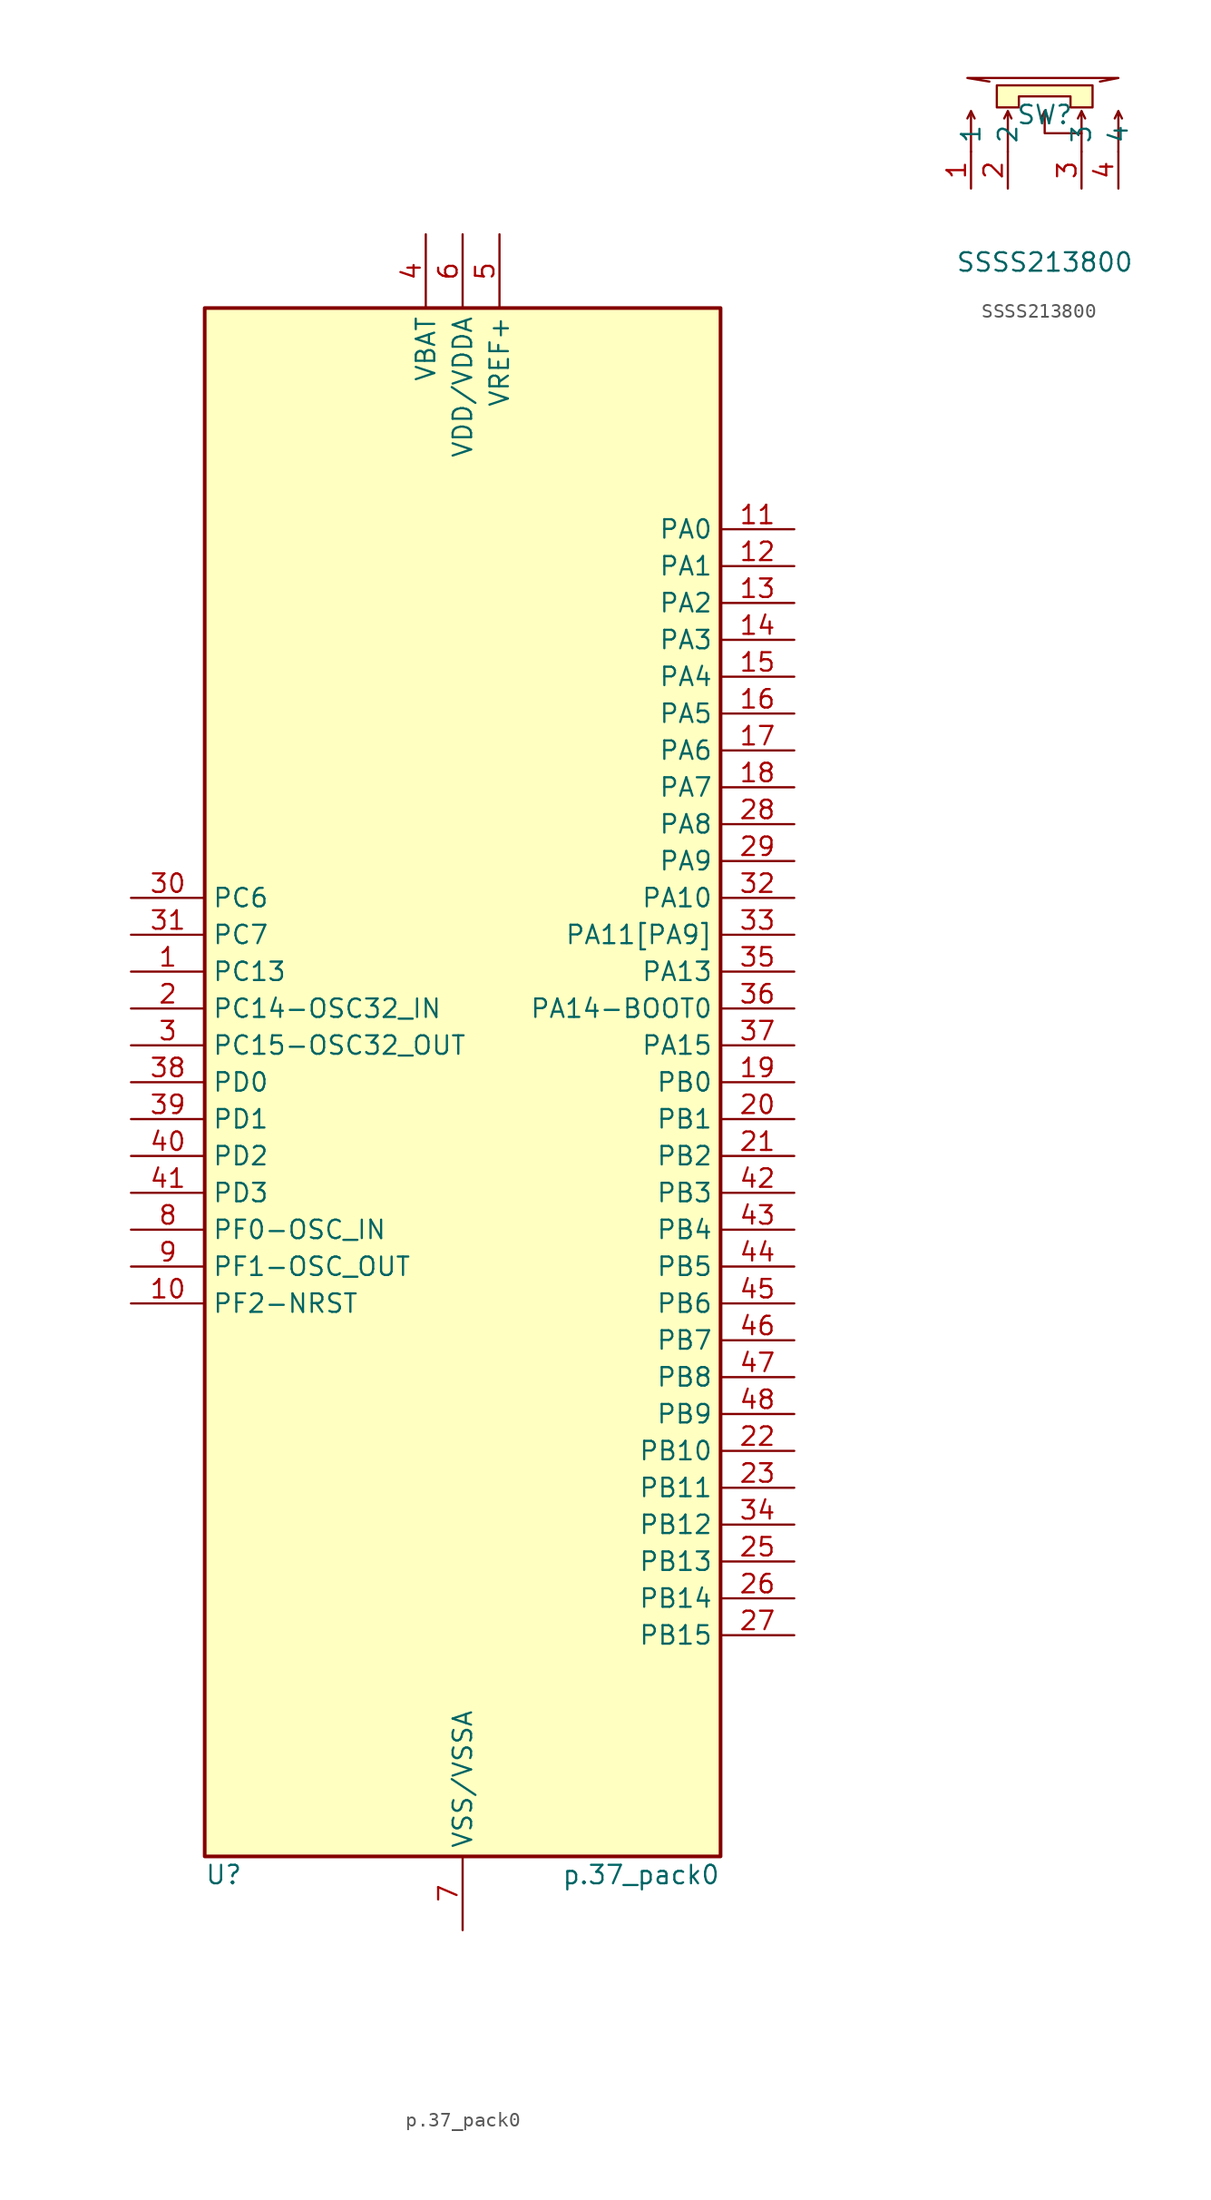
<source format=kicad_sym>
(kicad_symbol_lib
  (version 20231120)
  (generator "kicad_symbol_editor")
  (generator_version "8.0")
  (symbol "p.37_pack0"
    (property "Reference" "U"
      (at -17.78 -54.61 0)
      (effects (font (size 1.27 1.27)) (justify left)))
    (property "Value" "p.37_pack0"
      (at 17.78 -54.61 0)
      (effects (font (size 1.27 1.27)) (justify right)))
    (symbol "p.37_pack0_0_0"
      (rectangle (start -17.78 53.34) (end 17.78 -53.34) (stroke (width 0.254) (type default)) (fill (type background))))
    (symbol "p.37_pack0_1_1"
      (pin bidirectional line (at -22.86 7.62 0) (length 5.08) (name "PC13" (effects (font (size 1.27 1.27)))) (number "1" (effects (font (size 1.27 1.27)))))
      (pin bidirectional line (at -22.86 -15.24 0) (length 5.08) (name "PF2-NRST" (effects (font (size 1.27 1.27)))) (number "10" (effects (font (size 1.27 1.27)))))
      (pin bidirectional line (at 22.86 38.1 180) (length 5.08) (name "PA0" (effects (font (size 1.27 1.27)))) (number "11" (effects (font (size 1.27 1.27)))))
      (pin bidirectional line (at 22.86 35.56 180) (length 5.08) (name "PA1" (effects (font (size 1.27 1.27)))) (number "12" (effects (font (size 1.27 1.27)))))
      (pin bidirectional line (at 22.86 33.02 180) (length 5.08) (name "PA2" (effects (font (size 1.27 1.27)))) (number "13" (effects (font (size 1.27 1.27)))))
      (pin bidirectional line (at 22.86 30.48 180) (length 5.08) (name "PA3" (effects (font (size 1.27 1.27)))) (number "14" (effects (font (size 1.27 1.27)))))
      (pin bidirectional line (at 22.86 27.94 180) (length 5.08) (name "PA4" (effects (font (size 1.27 1.27)))) (number "15" (effects (font (size 1.27 1.27)))))
      (pin bidirectional line (at 22.86 25.4 180) (length 5.08) (name "PA5" (effects (font (size 1.27 1.27)))) (number "16" (effects (font (size 1.27 1.27)))))
      (pin bidirectional line (at 22.86 22.86 180) (length 5.08) (name "PA6" (effects (font (size 1.27 1.27)))) (number "17" (effects (font (size 1.27 1.27)))))
      (pin bidirectional line (at 22.86 20.32 180) (length 5.08) (name "PA7" (effects (font (size 1.27 1.27)))) (number "18" (effects (font (size 1.27 1.27)))))
      (pin bidirectional line (at 22.86 0 180) (length 5.08) (name "PB0" (effects (font (size 1.27 1.27)))) (number "19" (effects (font (size 1.27 1.27)))))
      (pin bidirectional line (at -22.86 5.08 0) (length 5.08) (name "PC14-OSC32_IN" (effects (font (size 1.27 1.27)))) (number "2" (effects (font (size 1.27 1.27)))))
      (pin bidirectional line (at 22.86 -2.54 180) (length 5.08) (name "PB1" (effects (font (size 1.27 1.27)))) (number "20" (effects (font (size 1.27 1.27)))))
      (pin bidirectional line (at 22.86 -5.08 180) (length 5.08) (name "PB2" (effects (font (size 1.27 1.27)))) (number "21" (effects (font (size 1.27 1.27)))))
      (pin bidirectional line (at 22.86 -25.4 180) (length 5.08) (name "PB10" (effects (font (size 1.27 1.27)))) (number "22" (effects (font (size 1.27 1.27)))))
      (pin bidirectional line (at 22.86 -27.94 180) (length 5.08) (name "PB11" (effects (font (size 1.27 1.27)))) (number "23" (effects (font (size 1.27 1.27)))))
      (pin bidirectional line (at 22.86 -33.02 180) (length 5.08) (name "PB13" (effects (font (size 1.27 1.27)))) (number "25" (effects (font (size 1.27 1.27)))))
      (pin bidirectional line (at 22.86 -35.56 180) (length 5.08) (name "PB14" (effects (font (size 1.27 1.27)))) (number "26" (effects (font (size 1.27 1.27)))))
      (pin bidirectional line (at 22.86 -38.1 180) (length 5.08) (name "PB15" (effects (font (size 1.27 1.27)))) (number "27" (effects (font (size 1.27 1.27)))))
      (pin bidirectional line (at 22.86 17.78 180) (length 5.08) (name "PA8" (effects (font (size 1.27 1.27)))) (number "28" (effects (font (size 1.27 1.27)))))
      (pin bidirectional line (at 22.86 15.24 180) (length 5.08) (name "PA9" (effects (font (size 1.27 1.27)))) (number "29" (effects (font (size 1.27 1.27)))))
      (pin bidirectional line (at -22.86 2.54 0) (length 5.08) (name "PC15-OSC32_OUT" (effects (font (size 1.27 1.27)))) (number "3" (effects (font (size 1.27 1.27)))))
      (pin bidirectional line (at -22.86 12.7 0) (length 5.08) (name "PC6" (effects (font (size 1.27 1.27)))) (number "30" (effects (font (size 1.27 1.27)))))
      (pin bidirectional line (at -22.86 10.16 0) (length 5.08) (name "PC7" (effects (font (size 1.27 1.27)))) (number "31" (effects (font (size 1.27 1.27)))))
      (pin bidirectional line (at 22.86 12.7 180) (length 5.08) (name "PA10" (effects (font (size 1.27 1.27)))) (number "32" (effects (font (size 1.27 1.27)))))
      (pin bidirectional line (at 22.86 10.16 180) (length 5.08) (name "PA11[PA9]" (effects (font (size 1.27 1.27)))) (number "33" (effects (font (size 1.27 1.27)))))
      (pin bidirectional line (at 22.86 -30.48 180) (length 5.08) (name "PB12" (effects (font (size 1.27 1.27)))) (number "34" (effects (font (size 1.27 1.27)))))
      (pin bidirectional line (at 22.86 7.62 180) (length 5.08) (name "PA13" (effects (font (size 1.27 1.27)))) (number "35" (effects (font (size 1.27 1.27)))))
      (pin bidirectional line (at 22.86 5.08 180) (length 5.08) (name "PA14-BOOT0" (effects (font (size 1.27 1.27)))) (number "36" (effects (font (size 1.27 1.27)))))
      (pin bidirectional line (at 22.86 2.54 180) (length 5.08) (name "PA15" (effects (font (size 1.27 1.27)))) (number "37" (effects (font (size 1.27 1.27)))))
      (pin bidirectional line (at -22.86 0 0) (length 5.08) (name "PD0" (effects (font (size 1.27 1.27)))) (number "38" (effects (font (size 1.27 1.27)))))
      (pin bidirectional line (at -22.86 -2.54 0) (length 5.08) (name "PD1" (effects (font (size 1.27 1.27)))) (number "39" (effects (font (size 1.27 1.27)))))
      (pin power_in line (at -2.54 58.42 270) (length 5.08) (name "VBAT" (effects (font (size 1.27 1.27)))) (number "4" (effects (font (size 1.27 1.27)))))
      (pin bidirectional line (at -22.86 -5.08 0) (length 5.08) (name "PD2" (effects (font (size 1.27 1.27)))) (number "40" (effects (font (size 1.27 1.27)))))
      (pin bidirectional line (at -22.86 -7.62 0) (length 5.08) (name "PD3" (effects (font (size 1.27 1.27)))) (number "41" (effects (font (size 1.27 1.27)))))
      (pin bidirectional line (at 22.86 -7.62 180) (length 5.08) (name "PB3" (effects (font (size 1.27 1.27)))) (number "42" (effects (font (size 1.27 1.27)))))
      (pin bidirectional line (at 22.86 -10.16 180) (length 5.08) (name "PB4" (effects (font (size 1.27 1.27)))) (number "43" (effects (font (size 1.27 1.27)))))
      (pin bidirectional line (at 22.86 -12.7 180) (length 5.08) (name "PB5" (effects (font (size 1.27 1.27)))) (number "44" (effects (font (size 1.27 1.27)))))
      (pin bidirectional line (at 22.86 -15.24 180) (length 5.08) (name "PB6" (effects (font (size 1.27 1.27)))) (number "45" (effects (font (size 1.27 1.27)))))
      (pin bidirectional line (at 22.86 -17.78 180) (length 5.08) (name "PB7" (effects (font (size 1.27 1.27)))) (number "46" (effects (font (size 1.27 1.27)))))
      (pin bidirectional line (at 22.86 -20.32 180) (length 5.08) (name "PB8" (effects (font (size 1.27 1.27)))) (number "47" (effects (font (size 1.27 1.27)))))
      (pin bidirectional line (at 22.86 -22.86 180) (length 5.08) (name "PB9" (effects (font (size 1.27 1.27)))) (number "48" (effects (font (size 1.27 1.27)))))
      (pin power_in line (at 2.54 58.42 270) (length 5.08) (name "VREF+" (effects (font (size 1.27 1.27)))) (number "5" (effects (font (size 1.27 1.27)))))
      (pin power_in line (at 0 58.42 270) (length 5.08) (name "VDD/VDDA" (effects (font (size 1.27 1.27)))) (number "6" (effects (font (size 1.27 1.27)))))
      (pin power_in line (at 0 -58.42 90) (length 5.08) (name "VSS/VSSA" (effects (font (size 1.27 1.27)))) (number "7" (effects (font (size 1.27 1.27)))))
      (pin bidirectional line (at -22.86 -10.16 0) (length 5.08) (name "PF0-OSC_IN" (effects (font (size 1.27 1.27)))) (number "8" (effects (font (size 1.27 1.27)))))
      (pin bidirectional line (at -22.86 -12.7 0) (length 5.08) (name "PF1-OSC_OUT" (effects (font (size 1.27 1.27)))) (number "9" (effects (font (size 1.27 1.27)))))))
  (symbol "SSSS213800"
    (property "Reference" "SW"
      (at 0 0 0)
      (effects (font (size 1.27 1.27))))
    (property "Value" "SSSS213800"
      (at 0 -10.16 0)
      (effects (font (size 1.27 1.27))))
    (symbol "SSSS213800_0_1"
      (polyline (pts (xy -5.08 -2.54) (xy -5.08 0)) (stroke (width 0) (type default)) (fill (type none)))
      (polyline (pts (xy -5.08 0.25) (xy -5.33 -0.25)) (stroke (width 0) (type default)) (fill (type none)))
      (polyline (pts (xy -5.08 0.25) (xy -4.83 -0.25)) (stroke (width 0) (type default)) (fill (type none)))
      (polyline (pts (xy -2.54 -2.54) (xy -2.54 0)) (stroke (width 0) (type default)) (fill (type none)))
      (polyline (pts (xy -2.54 0.25) (xy -2.79 -0.25)) (stroke (width 0) (type default)) (fill (type none)))
      (polyline (pts (xy -2.54 0.25) (xy -2.29 -0.25)) (stroke (width 0) (type default)) (fill (type none)))
      (polyline (pts (xy 0 0.25) (xy -0.25 -0.25)) (stroke (width 0) (type default)) (fill (type none)))
      (polyline (pts (xy 0 0.25) (xy 0.25 -0.25)) (stroke (width 0) (type default)) (fill (type none)))
      (polyline (pts (xy 2.54 -2.54) (xy 2.54 0)) (stroke (width 0) (type default)) (fill (type none)))
      (polyline (pts (xy 2.54 0.25) (xy 2.29 -0.25)) (stroke (width 0) (type default)) (fill (type none)))
      (polyline (pts (xy 2.54 0.25) (xy 2.79 -0.25)) (stroke (width 0) (type default)) (fill (type none)))
      (polyline (pts (xy 5.08 -2.54) (xy 5.08 0)) (stroke (width 0) (type default)) (fill (type none)))
      (polyline (pts (xy 5.08 0.25) (xy 4.83 -0.25)) (stroke (width 0) (type default)) (fill (type none)))
      (polyline (pts (xy 5.08 0.25) (xy 5.33 -0.25)) (stroke (width 0) (type default)) (fill (type none)))
      (polyline (pts (xy 2.54 -1.27) (xy 0 -1.27) (xy 0 0)) (stroke (width 0) (type default)) (fill (type none)))
      (polyline (pts (xy 3.81 2.29) (xy 5.08 2.54) (xy -5.33 2.54) (xy -3.81 2.29)) (stroke (width 0) (type default)) (fill (type none)))
      (polyline (pts (xy 3.3 0.51) (xy 3.3 2.03) (xy -3.3 2.03) (xy -3.3 0.51) (xy -1.78 0.51) (xy -1.78 1.27) (xy 1.78 1.27) (xy 1.78 0.51) (xy 3.3 0.51)) (stroke (width 0) (type default)) (fill (type background)))
      (pin passive line (at -2.54 -5.08 90) (length 2.54) (name "2" (effects (font (size 1.27 1.27)))) (number "2" (effects (font (size 1.27 1.27)))))
      (pin passive line (at 2.54 -5.08 90) (length 2.54) (name "3" (effects (font (size 1.27 1.27)))) (number "3" (effects (font (size 1.27 1.27)))))
      (pin passive line (at 5.08 -5.08 90) (length 2.54) (name "4" (effects (font (size 1.27 1.27)))) (number "4" (effects (font (size 1.27 1.27))))))
    (symbol "SSSS213800_1_1"
      (pin passive line (at -5.08 -5.08 90) (length 2.54) (name "1" (effects (font (size 1.27 1.27)))) (number "1" (effects (font (size 1.27 1.27))))))))
</source>
